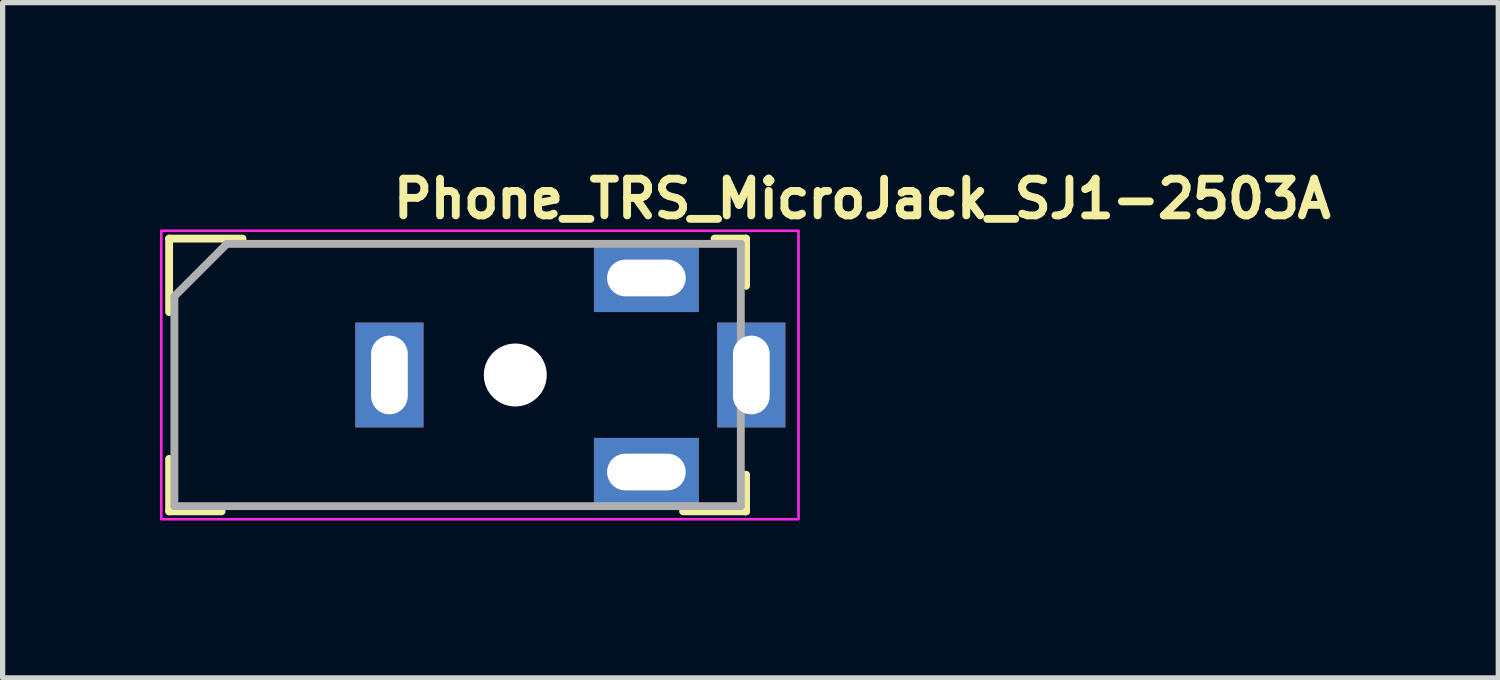
<source format=kicad_pcb>
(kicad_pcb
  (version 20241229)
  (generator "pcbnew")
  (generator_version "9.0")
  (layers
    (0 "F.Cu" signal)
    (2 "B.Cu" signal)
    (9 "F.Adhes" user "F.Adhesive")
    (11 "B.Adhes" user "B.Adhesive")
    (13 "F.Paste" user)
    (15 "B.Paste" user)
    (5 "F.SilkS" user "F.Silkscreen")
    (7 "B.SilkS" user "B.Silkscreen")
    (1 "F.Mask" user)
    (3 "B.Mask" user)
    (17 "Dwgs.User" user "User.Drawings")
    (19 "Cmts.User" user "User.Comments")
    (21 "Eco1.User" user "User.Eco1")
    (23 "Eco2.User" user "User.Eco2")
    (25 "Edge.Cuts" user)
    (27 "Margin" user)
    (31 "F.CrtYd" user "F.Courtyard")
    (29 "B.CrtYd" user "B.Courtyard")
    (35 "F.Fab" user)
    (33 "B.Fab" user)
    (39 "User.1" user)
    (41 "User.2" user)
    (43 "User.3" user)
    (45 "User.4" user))
  (footprint "Phone_TRS_MicroJack_SJ1-2503A"
    (layer "F.Cu")
    (at 4.375 4.1)
    (property "Reference" "Phone_TRS_MicroJack_SJ1-2503A" (at 0 -2.95 0) (layer "F.SilkS") (effects (font (size 0.7 0.7) (thickness 0.15)) (justify left bottom)))
    (attr through_hole)
    (fp_line (start -4.2 -2.6) (end -4.2 -1.2) (stroke (width 0.15) (type solid)) (layer "F.SilkS"))
    (fp_line (start -4.2 1.6) (end -4.2 2.6) (stroke (width 0.15) (type solid)) (layer "F.SilkS"))
    (fp_line (start -4.2 2.6) (end -3.2 2.6) (stroke (width 0.15) (type solid)) (layer "F.SilkS"))
    (fp_line (start -2.8 -2.6) (end -4.2 -2.6) (stroke (width 0.15) (type solid)) (layer "F.SilkS"))
    (fp_line (start 5.6 2.6) (end 6.8 2.6) (stroke (width 0.15) (type solid)) (layer "F.SilkS"))
    (fp_line (start 6.2 -2.6) (end 6.8 -2.6) (stroke (width 0.15) (type solid)) (layer "F.SilkS"))
    (fp_line (start 6.8 -2.6) (end 6.8 -1.7) (stroke (width 0.15) (type solid)) (layer "F.SilkS"))
    (fp_line (start 6.8 2.6) (end 6.8 1.9) (stroke (width 0.15) (type solid)) (layer "F.SilkS"))
    (fp_rect (start -4.35 -2.75) (end 7.8 2.75) (stroke (width 0.05) (type solid)) (fill no) (layer "F.CrtYd"))
    (fp_line (start -4.1 -1.5) (end -4.1 2.5) (stroke (width 0.15) (type solid)) (layer "F.Fab"))
    (fp_line (start -4.1 -1.5) (end -3.1 -2.5) (stroke (width 0.15) (type solid)) (layer "F.Fab"))
    (fp_line (start -4.1 2.5) (end 6.7 2.5) (stroke (width 0.15) (type solid)) (layer "F.Fab"))
    (fp_line (start 6.7 -2.5) (end -3.1 -2.5) (stroke (width 0.15) (type solid)) (layer "F.Fab"))
    (fp_line (start 6.7 -2.5) (end 6.7 2.5) (stroke (width 0.15) (type solid)) (layer "F.Fab"))
    (fp_rect (start -4.1 -2.5) (end 7.05 2.5) (stroke (width 0.1) (type solid)) (fill no) (layer "User.5"))
    (fp_line (start -4.1 -1.8) (end -3.9 -2) (stroke (width 0.02) (type solid)) (layer "User.9"))
    (fp_line (start -4.1 -1.755) (end -4.1 -1.8) (stroke (width 0.02) (type solid)) (layer "User.9"))
    (fp_line (start -4.1 -1.755) (end -4.1 -1.755) (stroke (width 0.02) (type solid)) (layer "User.9"))
    (fp_line (start -4.1 -1.622) (end -4.1 -1.755) (stroke (width 0.02) (type solid)) (layer "User.9"))
    (fp_line (start -4.1 -1.622) (end -4.1 -1.622) (stroke (width 0.02) (type solid)) (layer "User.9"))
    (fp_line (start -4.1 -1.407) (end -4.1 -1.622) (stroke (width 0.02) (type solid)) (layer "User.9"))
    (fp_line (start -4.1 -1.407) (end -4.1 -1.407) (stroke (width 0.02) (type solid)) (layer "User.9"))
    (fp_line (start -4.1 -1.122) (end -4.1 -1.407) (stroke (width 0.02) (type solid)) (layer "User.9"))
    (fp_line (start -4.1 -1.122) (end -4.1 -1.122) (stroke (width 0.02) (type solid)) (layer "User.9"))
    (fp_line (start -4.1 -0.781) (end -4.1 -1.122) (stroke (width 0.02) (type solid)) (layer "User.9"))
    (fp_line (start -4.1 -0.781) (end -4.1 -0.781) (stroke (width 0.02) (type solid)) (layer "User.9"))
    (fp_line (start -4.1 -0.401) (end -4.1 -0.781) (stroke (width 0.02) (type solid)) (layer "User.9"))
    (fp_line (start -4.1 -0.401) (end -4.1 -0.401) (stroke (width 0.02) (type solid)) (layer "User.9"))
    (fp_line (start -4.1 0) (end -4.1 -0.401) (stroke (width 0.02) (type solid)) (layer "User.9"))
    (fp_line (start -4.1 0) (end -4.1 0) (stroke (width 0.02) (type solid)) (layer "User.9"))
    (fp_line (start -4.1 0.401) (end -4.1 0) (stroke (width 0.02) (type solid)) (layer "User.9"))
    (fp_line (start -4.1 0.401) (end -4.1 0.401) (stroke (width 0.02) (type solid)) (layer "User.9"))
    (fp_line (start -4.1 0.781) (end -4.1 0.401) (stroke (width 0.02) (type solid)) (layer "User.9"))
    (fp_line (start -4.1 0.781) (end -4.1 0.781) (stroke (width 0.02) (type solid)) (layer "User.9"))
    (fp_line (start -4.1 1.122) (end -4.1 0.781) (stroke (width 0.02) (type solid)) (layer "User.9"))
    (fp_line (start -4.1 1.122) (end -4.1 1.122) (stroke (width 0.02) (type solid)) (layer "User.9"))
    (fp_line (start -4.1 1.407) (end -4.1 1.122) (stroke (width 0.02) (type solid)) (layer "User.9"))
    (fp_line (start -4.1 1.407) (end -4.1 1.407) (stroke (width 0.02) (type solid)) (layer "User.9"))
    (fp_line (start -4.1 1.622) (end -4.1 1.407) (stroke (width 0.02) (type solid)) (layer "User.9"))
    (fp_line (start -4.1 1.622) (end -4.1 1.622) (stroke (width 0.02) (type solid)) (layer "User.9"))
    (fp_line (start -4.1 1.755) (end -4.1 1.622) (stroke (width 0.02) (type solid)) (layer "User.9"))
    (fp_line (start -4.1 1.755) (end -4.1 1.755) (stroke (width 0.02) (type solid)) (layer "User.9"))
    (fp_line (start -4.1 1.8) (end -4.1 1.755) (stroke (width 0.02) (type solid)) (layer "User.9"))
    (fp_line (start -4.1 1.8) (end -3.9 2) (stroke (width 0.02) (type solid)) (layer "User.9"))
    (fp_line (start -3.9 -2) (end -3.9 -1.95) (stroke (width 0.02) (type solid)) (layer "User.9"))
    (fp_line (start -3.9 -2) (end -3.1 -2) (stroke (width 0.02) (type solid)) (layer "User.9"))
    (fp_line (start -3.9 -1.95) (end -3.9 -1.95) (stroke (width 0.02) (type solid)) (layer "User.9"))
    (fp_line (start -3.9 -1.95) (end -3.9 -1.802) (stroke (width 0.02) (type solid)) (layer "User.9"))
    (fp_line (start -3.9 -1.802) (end -3.9 -1.802) (stroke (width 0.02) (type solid)) (layer "User.9"))
    (fp_line (start -3.9 -1.802) (end -3.9 -1.564) (stroke (width 0.02) (type solid)) (layer "User.9"))
    (fp_line (start -3.9 -1.564) (end -3.9 -1.564) (stroke (width 0.02) (type solid)) (layer "User.9"))
    (fp_line (start -3.9 -1.564) (end -3.9 -1.247) (stroke (width 0.02) (type solid)) (layer "User.9"))
    (fp_line (start -3.9 -1.247) (end -3.9 -1.247) (stroke (width 0.02) (type solid)) (layer "User.9"))
    (fp_line (start -3.9 -1.247) (end -3.9 -0.868) (stroke (width 0.02) (type solid)) (layer "User.9"))
    (fp_line (start -3.9 -0.868) (end -3.9 -0.868) (stroke (width 0.02) (type solid)) (layer "User.9"))
    (fp_line (start -3.9 -0.868) (end -3.9 -0.445) (stroke (width 0.02) (type solid)) (layer "User.9"))
    (fp_line (start -3.9 -0.445) (end -3.9 -0.445) (stroke (width 0.02) (type solid)) (layer "User.9"))
    (fp_line (start -3.9 -0.445) (end -3.9 0) (stroke (width 0.02) (type solid)) (layer "User.9"))
    (fp_line (start -3.9 0) (end -3.9 0) (stroke (width 0.02) (type solid)) (layer "User.9"))
    (fp_line (start -3.9 0) (end -3.9 0.445) (stroke (width 0.02) (type solid)) (layer "User.9"))
    (fp_line (start -3.9 0.445) (end -3.9 0.445) (stroke (width 0.02) (type solid)) (layer "User.9"))
    (fp_line (start -3.9 0.445) (end -3.9 0.868) (stroke (width 0.02) (type solid)) (layer "User.9"))
    (fp_line (start -3.9 0.868) (end -3.9 0.868) (stroke (width 0.02) (type solid)) (layer "User.9"))
    (fp_line (start -3.9 0.868) (end -3.9 1.247) (stroke (width 0.02) (type solid)) (layer "User.9"))
    (fp_line (start -3.9 1.247) (end -3.9 1.247) (stroke (width 0.02) (type solid)) (layer "User.9"))
    (fp_line (start -3.9 1.247) (end -3.9 1.564) (stroke (width 0.02) (type solid)) (layer "User.9"))
    (fp_line (start -3.9 1.564) (end -3.9 1.564) (stroke (width 0.02) (type solid)) (layer "User.9"))
    (fp_line (start -3.9 1.564) (end -3.9 1.802) (stroke (width 0.02) (type solid)) (layer "User.9"))
    (fp_line (start -3.9 1.802) (end -3.9 1.802) (stroke (width 0.02) (type solid)) (layer "User.9"))
    (fp_line (start -3.9 1.802) (end -3.9 1.95) (stroke (width 0.02) (type solid)) (layer "User.9"))
    (fp_line (start -3.9 1.95) (end -3.9 1.95) (stroke (width 0.02) (type solid)) (layer "User.9"))
    (fp_line (start -3.9 1.95) (end -3.9 2) (stroke (width 0.02) (type solid)) (layer "User.9"))
    (fp_line (start -3.9 2) (end -3.1 2) (stroke (width 0.02) (type solid)) (layer "User.9"))
    (fp_line (start -3.09 -2) (end -3.1 -2) (stroke (width 0.02) (type solid)) (layer "User.9"))
    (fp_line (start -3.09 2) (end -3.1 2) (stroke (width 0.02) (type solid)) (layer "User.9"))
    (fp_line (start -3.08 -1.999) (end -3.09 -2) (stroke (width 0.02) (type solid)) (layer "User.9"))
    (fp_line (start -3.08 1.999) (end -3.09 2) (stroke (width 0.02) (type solid)) (layer "User.9"))
    (fp_line (start -3.07 -1.998) (end -3.08 -1.999) (stroke (width 0.02) (type solid)) (layer "User.9"))
    (fp_line (start -3.07 1.998) (end -3.08 1.999) (stroke (width 0.02) (type solid)) (layer "User.9"))
    (fp_line (start -3.06 -1.996) (end -3.07 -1.998) (stroke (width 0.02) (type solid)) (layer "User.9"))
    (fp_line (start -3.06 1.996) (end -3.07 1.998) (stroke (width 0.02) (type solid)) (layer "User.9"))
    (fp_line (start -3.05 -1.994) (end -3.06 -1.996) (stroke (width 0.02) (type solid)) (layer "User.9"))
    (fp_line (start -3.05 1.994) (end -3.06 1.996) (stroke (width 0.02) (type solid)) (layer "User.9"))
    (fp_line (start -3.041 -1.991) (end -3.05 -1.994) (stroke (width 0.02) (type solid)) (layer "User.9"))
    (fp_line (start -3.041 1.991) (end -3.05 1.994) (stroke (width 0.02) (type solid)) (layer "User.9"))
    (fp_line (start -3.031 -1.988) (end -3.041 -1.991) (stroke (width 0.02) (type solid)) (layer "User.9"))
    (fp_line (start -3.031 1.988) (end -3.041 1.991) (stroke (width 0.02) (type solid)) (layer "User.9"))
    (fp_line (start -3.022 -1.984) (end -3.031 -1.988) (stroke (width 0.02) (type solid)) (layer "User.9"))
    (fp_line (start -3.022 1.984) (end -3.031 1.988) (stroke (width 0.02) (type solid)) (layer "User.9"))
    (fp_line (start -3.013 -1.98) (end -3.022 -1.984) (stroke (width 0.02) (type solid)) (layer "User.9"))
    (fp_line (start -3.013 1.98) (end -3.022 1.984) (stroke (width 0.02) (type solid)) (layer "User.9"))
    (fp_line (start -3.005 -1.976) (end -3.013 -1.98) (stroke (width 0.02) (type solid)) (layer "User.9"))
    (fp_line (start -3.005 1.976) (end -3.013 1.98) (stroke (width 0.02) (type solid)) (layer "User.9"))
    (fp_line (start -2.996 -1.971) (end -3.005 -1.976) (stroke (width 0.02) (type solid)) (layer "User.9"))
    (fp_line (start -2.996 1.971) (end -3.005 1.976) (stroke (width 0.02) (type solid)) (layer "User.9"))
    (fp_line (start -2.988 -1.966) (end -2.996 -1.971) (stroke (width 0.02) (type solid)) (layer "User.9"))
    (fp_line (start -2.988 1.966) (end -2.996 1.971) (stroke (width 0.02) (type solid)) (layer "User.9"))
    (fp_line (start -2.98 -1.96) (end -2.988 -1.966) (stroke (width 0.02) (type solid)) (layer "User.9"))
    (fp_line (start -2.98 1.96) (end -2.988 1.966) (stroke (width 0.02) (type solid)) (layer "User.9"))
    (fp_line (start -2.973 -1.954) (end -2.98 -1.96) (stroke (width 0.02) (type solid)) (layer "User.9"))
    (fp_line (start -2.973 1.954) (end -2.98 1.96) (stroke (width 0.02) (type solid)) (layer "User.9"))
    (fp_line (start -2.966 -1.948) (end -2.973 -1.954) (stroke (width 0.02) (type solid)) (layer "User.9"))
    (fp_line (start -2.966 1.948) (end -2.973 1.954) (stroke (width 0.02) (type solid)) (layer "User.9"))
    (fp_line (start -2.959 -1.941) (end -2.966 -1.948) (stroke (width 0.02) (type solid)) (layer "User.9"))
    (fp_line (start -2.959 1.941) (end -2.966 1.948) (stroke (width 0.02) (type solid)) (layer "User.9"))
    (fp_line (start -2.952 -1.934) (end -2.959 -1.941) (stroke (width 0.02) (type solid)) (layer "User.9"))
    (fp_line (start -2.952 1.934) (end -2.959 1.941) (stroke (width 0.02) (type solid)) (layer "User.9"))
    (fp_line (start -2.946 -1.927) (end -2.952 -1.934) (stroke (width 0.02) (type solid)) (layer "User.9"))
    (fp_line (start -2.946 1.927) (end -2.952 1.934) (stroke (width 0.02) (type solid)) (layer "User.9"))
    (fp_line (start -2.94 -1.92) (end -2.946 -1.927) (stroke (width 0.02) (type solid)) (layer "User.9"))
    (fp_line (start -2.94 1.92) (end -2.946 1.927) (stroke (width 0.02) (type solid)) (layer "User.9"))
    (fp_line (start -2.934 -1.912) (end -2.94 -1.92) (stroke (width 0.02) (type solid)) (layer "User.9"))
    (fp_line (start -2.934 1.912) (end -2.94 1.92) (stroke (width 0.02) (type solid)) (layer "User.9"))
    (fp_line (start -2.929 -1.904) (end -2.934 -1.912) (stroke (width 0.02) (type solid)) (layer "User.9"))
    (fp_line (start -2.929 1.904) (end -2.934 1.912) (stroke (width 0.02) (type solid)) (layer "User.9"))
    (fp_line (start -2.924 -1.895) (end -2.929 -1.904) (stroke (width 0.02) (type solid)) (layer "User.9"))
    (fp_line (start -2.924 1.895) (end -2.929 1.904) (stroke (width 0.02) (type solid)) (layer "User.9"))
    (fp_line (start -2.92 -1.887) (end -2.924 -1.895) (stroke (width 0.02) (type solid)) (layer "User.9"))
    (fp_line (start -2.92 1.887) (end -2.924 1.895) (stroke (width 0.02) (type solid)) (layer "User.9"))
    (fp_line (start -2.916 -1.878) (end -2.92 -1.887) (stroke (width 0.02) (type solid)) (layer "User.9"))
    (fp_line (start -2.916 1.878) (end -2.92 1.887) (stroke (width 0.02) (type solid)) (layer "User.9"))
    (fp_line (start -2.912 -1.869) (end -2.916 -1.878) (stroke (width 0.02) (type solid)) (layer "User.9"))
    (fp_line (start -2.912 1.869) (end -2.916 1.878) (stroke (width 0.02) (type solid)) (layer "User.9"))
    (fp_line (start -2.909 -1.859) (end -2.912 -1.869) (stroke (width 0.02) (type solid)) (layer "User.9"))
    (fp_line (start -2.909 1.859) (end -2.912 1.869) (stroke (width 0.02) (type solid)) (layer "User.9"))
    (fp_line (start -2.906 -1.85) (end -2.909 -1.859) (stroke (width 0.02) (type solid)) (layer "User.9"))
    (fp_line (start -2.906 1.85) (end -2.909 1.859) (stroke (width 0.02) (type solid)) (layer "User.9"))
    (fp_line (start -2.904 -1.84) (end -2.906 -1.85) (stroke (width 0.02) (type solid)) (layer "User.9"))
    (fp_line (start -2.904 1.84) (end -2.906 1.85) (stroke (width 0.02) (type solid)) (layer "User.9"))
    (fp_line (start -2.902 -1.83) (end -2.904 -1.84) (stroke (width 0.02) (type solid)) (layer "User.9"))
    (fp_line (start -2.902 1.83) (end -2.904 1.84) (stroke (width 0.02) (type solid)) (layer "User.9"))
    (fp_line (start -2.901 -1.82) (end -2.902 -1.83) (stroke (width 0.02) (type solid)) (layer "User.9"))
    (fp_line (start -2.901 1.82) (end -2.902 1.83) (stroke (width 0.02) (type solid)) (layer "User.9"))
    (fp_line (start -2.9 -2) (end -2.6 -2) (stroke (width 0.02) (type solid)) (layer "User.9"))
    (fp_line (start -2.9 -1.95) (end -2.9 -2) (stroke (width 0.02) (type solid)) (layer "User.9"))
    (fp_line (start -2.9 -1.95) (end -2.9 -1.95) (stroke (width 0.02) (type solid)) (layer "User.9"))
    (fp_line (start -2.9 -1.81) (end -2.901 -1.82) (stroke (width 0.02) (type solid)) (layer "User.9"))
    (fp_line (start -2.9 -1.802) (end -2.9 -1.95) (stroke (width 0.02) (type solid)) (layer "User.9"))
    (fp_line (start -2.9 -1.802) (end -2.9 -1.802) (stroke (width 0.02) (type solid)) (layer "User.9"))
    (fp_line (start -2.9 -1.8) (end -2.9 -1.81) (stroke (width 0.02) (type solid)) (layer "User.9"))
    (fp_line (start -2.9 -1.564) (end -2.9 -1.802) (stroke (width 0.02) (type solid)) (layer "User.9"))
    (fp_line (start -2.9 -1.564) (end -2.9 -1.564) (stroke (width 0.02) (type solid)) (layer "User.9"))
    (fp_line (start -2.9 -1.247) (end -2.9 -1.564) (stroke (width 0.02) (type solid)) (layer "User.9"))
    (fp_line (start -2.9 -1.247) (end -2.9 -1.247) (stroke (width 0.02) (type solid)) (layer "User.9"))
    (fp_line (start -2.9 -0.868) (end -2.9 -1.247) (stroke (width 0.02) (type solid)) (layer "User.9"))
    (fp_line (start -2.9 -0.868) (end -2.9 -0.868) (stroke (width 0.02) (type solid)) (layer "User.9"))
    (fp_line (start -2.9 -0.445) (end -2.9 -0.868) (stroke (width 0.02) (type solid)) (layer "User.9"))
    (fp_line (start -2.9 -0.445) (end -2.9 -0.445) (stroke (width 0.02) (type solid)) (layer "User.9"))
    (fp_line (start -2.9 0) (end -2.9 -0.445) (stroke (width 0.02) (type solid)) (layer "User.9"))
    (fp_line (start -2.9 0) (end -2.9 0) (stroke (width 0.02) (type solid)) (layer "User.9"))
    (fp_line (start -2.9 0.445) (end -2.9 0) (stroke (width 0.02) (type solid)) (layer "User.9"))
    (fp_line (start -2.9 0.445) (end -2.9 0.445) (stroke (width 0.02) (type solid)) (layer "User.9"))
    (fp_line (start -2.9 0.868) (end -2.9 0.445) (stroke (width 0.02) (type solid)) (layer "User.9"))
    (fp_line (start -2.9 0.868) (end -2.9 0.868) (stroke (width 0.02) (type solid)) (layer "User.9"))
    (fp_line (start -2.9 1.247) (end -2.9 0.868) (stroke (width 0.02) (type solid)) (layer "User.9"))
    (fp_line (start -2.9 1.247) (end -2.9 1.247) (stroke (width 0.02) (type solid)) (layer "User.9"))
    (fp_line (start -2.9 1.564) (end -2.9 1.247) (stroke (width 0.02) (type solid)) (layer "User.9"))
    (fp_line (start -2.9 1.564) (end -2.9 1.564) (stroke (width 0.02) (type solid)) (layer "User.9"))
    (fp_line (start -2.9 1.8) (end -2.9 1.81) (stroke (width 0.02) (type solid)) (layer "User.9"))
    (fp_line (start -2.9 1.802) (end -2.9 1.564) (stroke (width 0.02) (type solid)) (layer "User.9"))
    (fp_line (start -2.9 1.802) (end -2.9 1.802) (stroke (width 0.02) (type solid)) (layer "User.9"))
    (fp_line (start -2.9 1.81) (end -2.901 1.82) (stroke (width 0.02) (type solid)) (layer "User.9"))
    (fp_line (start -2.9 1.95) (end -2.9 1.802) (stroke (width 0.02) (type solid)) (layer "User.9"))
    (fp_line (start -2.9 1.95) (end -2.9 1.95) (stroke (width 0.02) (type solid)) (layer "User.9"))
    (fp_line (start -2.9 2) (end -2.9 1.95) (stroke (width 0.02) (type solid)) (layer "User.9"))
    (fp_line (start -2.9 2) (end -2.6 2) (stroke (width 0.02) (type solid)) (layer "User.9"))
    (fp_line (start -2.6 -2) (end -1.1 -2) (stroke (width 0.02) (type solid)) (layer "User.9"))
    (fp_line (start -2.6 -1.95) (end -2.6 -2) (stroke (width 0.02) (type solid)) (layer "User.9"))
    (fp_line (start -2.6 -1.95) (end -2.6 -2) (stroke (width 0.02) (type solid)) (layer "User.9"))
    (fp_line (start -2.6 -1.95) (end -2.6 -1.95) (stroke (width 0.02) (type solid)) (layer "User.9"))
    (fp_line (start -2.6 -1.95) (end -2.6 -1.95) (stroke (width 0.02) (type solid)) (layer "User.9"))
    (fp_line (start -2.6 -1.802) (end -2.6 -1.95) (stroke (width 0.02) (type solid)) (layer "User.9"))
    (fp_line (start -2.6 -1.802) (end -2.6 -1.95) (stroke (width 0.02) (type solid)) (layer "User.9"))
    (fp_line (start -2.6 -1.802) (end -2.6 -1.802) (stroke (width 0.02) (type solid)) (layer "User.9"))
    (fp_line (start -2.6 -1.802) (end -2.6 -1.802) (stroke (width 0.02) (type solid)) (layer "User.9"))
    (fp_line (start -2.6 -1.564) (end -2.6 -1.802) (stroke (width 0.02) (type solid)) (layer "User.9"))
    (fp_line (start -2.6 -1.564) (end -2.6 -1.802) (stroke (width 0.02) (type solid)) (layer "User.9"))
    (fp_line (start -2.6 -1.564) (end -2.6 -1.564) (stroke (width 0.02) (type solid)) (layer "User.9"))
    (fp_line (start -2.6 -1.564) (end -2.6 -1.564) (stroke (width 0.02) (type solid)) (layer "User.9"))
    (fp_line (start -2.6 -1.247) (end -2.6 -1.564) (stroke (width 0.02) (type solid)) (layer "User.9"))
    (fp_line (start -2.6 -1.247) (end -2.6 -1.564) (stroke (width 0.02) (type solid)) (layer "User.9"))
    (fp_line (start -2.6 -1.247) (end -2.6 -1.247) (stroke (width 0.02) (type solid)) (layer "User.9"))
    (fp_line (start -2.6 -1.247) (end -2.6 -1.247) (stroke (width 0.02) (type solid)) (layer "User.9"))
    (fp_line (start -2.6 -0.868) (end -2.6 -1.247) (stroke (width 0.02) (type solid)) (layer "User.9"))
    (fp_line (start -2.6 -0.868) (end -2.6 -1.247) (stroke (width 0.02) (type solid)) (layer "User.9"))
    (fp_line (start -2.6 -0.868) (end -2.6 -0.868) (stroke (width 0.02) (type solid)) (layer "User.9"))
    (fp_line (start -2.6 -0.868) (end -2.6 -0.868) (stroke (width 0.02) (type solid)) (layer "User.9"))
    (fp_line (start -2.6 -0.445) (end -2.6 -0.868) (stroke (width 0.02) (type solid)) (layer "User.9"))
    (fp_line (start -2.6 -0.445) (end -2.6 -0.868) (stroke (width 0.02) (type solid)) (layer "User.9"))
    (fp_line (start -2.6 -0.445) (end -2.6 -0.445) (stroke (width 0.02) (type solid)) (layer "User.9"))
    (fp_line (start -2.6 -0.445) (end -2.6 -0.445) (stroke (width 0.02) (type solid)) (layer "User.9"))
    (fp_line (start -2.6 0) (end -2.6 -0.445) (stroke (width 0.02) (type solid)) (layer "User.9"))
    (fp_line (start -2.6 0) (end -2.6 -0.445) (stroke (width 0.02) (type solid)) (layer "User.9"))
    (fp_line (start -2.6 0) (end -2.6 0) (stroke (width 0.02) (type solid)) (layer "User.9"))
    (fp_line (start -2.6 0) (end -2.6 0) (stroke (width 0.02) (type solid)) (layer "User.9"))
    (fp_line (start -2.6 0.445) (end -2.6 0) (stroke (width 0.02) (type solid)) (layer "User.9"))
    (fp_line (start -2.6 0.445) (end -2.6 0) (stroke (width 0.02) (type solid)) (layer "User.9"))
    (fp_line (start -2.6 0.445) (end -2.6 0.445) (stroke (width 0.02) (type solid)) (layer "User.9"))
    (fp_line (start -2.6 0.445) (end -2.6 0.445) (stroke (width 0.02) (type solid)) (layer "User.9"))
    (fp_line (start -2.6 0.868) (end -2.6 0.445) (stroke (width 0.02) (type solid)) (layer "User.9"))
    (fp_line (start -2.6 0.868) (end -2.6 0.445) (stroke (width 0.02) (type solid)) (layer "User.9"))
    (fp_line (start -2.6 0.868) (end -2.6 0.868) (stroke (width 0.02) (type solid)) (layer "User.9"))
    (fp_line (start -2.6 0.868) (end -2.6 0.868) (stroke (width 0.02) (type solid)) (layer "User.9"))
    (fp_line (start -2.6 1.247) (end -2.6 0.868) (stroke (width 0.02) (type solid)) (layer "User.9"))
    (fp_line (start -2.6 1.247) (end -2.6 0.868) (stroke (width 0.02) (type solid)) (layer "User.9"))
    (fp_line (start -2.6 1.247) (end -2.6 1.247) (stroke (width 0.02) (type solid)) (layer "User.9"))
    (fp_line (start -2.6 1.247) (end -2.6 1.247) (stroke (width 0.02) (type solid)) (layer "User.9"))
    (fp_line (start -2.6 1.564) (end -2.6 1.247) (stroke (width 0.02) (type solid)) (layer "User.9"))
    (fp_line (start -2.6 1.564) (end -2.6 1.247) (stroke (width 0.02) (type solid)) (layer "User.9"))
    (fp_line (start -2.6 1.564) (end -2.6 1.564) (stroke (width 0.02) (type solid)) (layer "User.9"))
    (fp_line (start -2.6 1.564) (end -2.6 1.564) (stroke (width 0.02) (type solid)) (layer "User.9"))
    (fp_line (start -2.6 1.802) (end -2.6 1.564) (stroke (width 0.02) (type solid)) (layer "User.9"))
    (fp_line (start -2.6 1.802) (end -2.6 1.564) (stroke (width 0.02) (type solid)) (layer "User.9"))
    (fp_line (start -2.6 1.802) (end -2.6 1.802) (stroke (width 0.02) (type solid)) (layer "User.9"))
    (fp_line (start -2.6 1.802) (end -2.6 1.802) (stroke (width 0.02) (type solid)) (layer "User.9"))
    (fp_line (start -2.6 1.95) (end -2.6 1.802) (stroke (width 0.02) (type solid)) (layer "User.9"))
    (fp_line (start -2.6 1.95) (end -2.6 1.802) (stroke (width 0.02) (type solid)) (layer "User.9"))
    (fp_line (start -2.6 1.95) (end -2.6 1.95) (stroke (width 0.02) (type solid)) (layer "User.9"))
    (fp_line (start -2.6 1.95) (end -2.6 1.95) (stroke (width 0.02) (type solid)) (layer "User.9"))
    (fp_line (start -2.6 2) (end -2.6 1.95) (stroke (width 0.02) (type solid)) (layer "User.9"))
    (fp_line (start -2.6 2) (end -2.6 1.95) (stroke (width 0.02) (type solid)) (layer "User.9"))
    (fp_line (start -2.6 2) (end -1.1 2) (stroke (width 0.02) (type solid)) (layer "User.9"))
    (fp_line (start -1.1 -2.5) (end -1.1 2.5) (stroke (width 0.02) (type solid)) (layer "User.9"))
    (fp_line (start -1.1 2.5) (end 6.7 2.5) (stroke (width 0.02) (type solid)) (layer "User.9"))
    (fp_line (start 6.7 -2.5) (end -1.1 -2.5) (stroke (width 0.02) (type solid)) (layer "User.9"))
    (fp_line (start 6.7 -0.5) (end 6.947 -0.5) (stroke (width 0.02) (type solid)) (layer "User.9"))
    (fp_line (start 6.7 0.5) (end 6.947 0.5) (stroke (width 0.02) (type solid)) (layer "User.9"))
    (fp_line (start 6.7 2.5) (end 6.7 -2.5) (stroke (width 0.02) (type solid)) (layer "User.9"))
    (fp_line (start 6.947 -0.5) (end 6.947 -0.5) (stroke (width 0.02) (type solid)) (layer "User.9"))
    (fp_line (start 6.947 -0.5) (end 7.05 -0.5) (stroke (width 0.02) (type solid)) (layer "User.9"))
    (fp_line (start 6.947 0.5) (end 6.947 0.5) (stroke (width 0.02) (type solid)) (layer "User.9"))
    (fp_line (start 6.947 0.5) (end 7.05 0.5) (stroke (width 0.02) (type solid)) (layer "User.9"))
    (fp_line (start 7.05 -0.5) (end 7.05 0.5) (stroke (width 0.02) (type solid)) (layer "User.9"))
    (pad "" np_thru_hole circle (at 2.4 0) (size 1.2 1.2) (drill 1.2) (layers "*.Cu" "*.Mask"))
    (pad "1" thru_hole rect (at 0 0) (size 1.3 2) (drill oval 0.7 1.5) (layers "*.Cu" "*.Mask"))
    (pad "2" thru_hole rect (at 4.9 1.85) (size 2 1.3) (drill oval 1.5 0.7) (layers "*.Cu" "*.Mask"))
    (pad "3" thru_hole rect (at 4.9 -1.85) (size 2 1.3) (drill oval 1.5 0.7) (layers "*.Cu" "*.Mask"))
    (pad "4" thru_hole rect (at 6.9 0) (size 1.3 2) (drill oval 0.7 1.5) (layers "*.Cu" "*.Mask")))
  (gr_rect
    (start -3 -3)
    (end 25.518 9.875)
    (stroke (width 0.1) (type default))
    (fill no)
    (layer "Edge.Cuts")))
</source>
